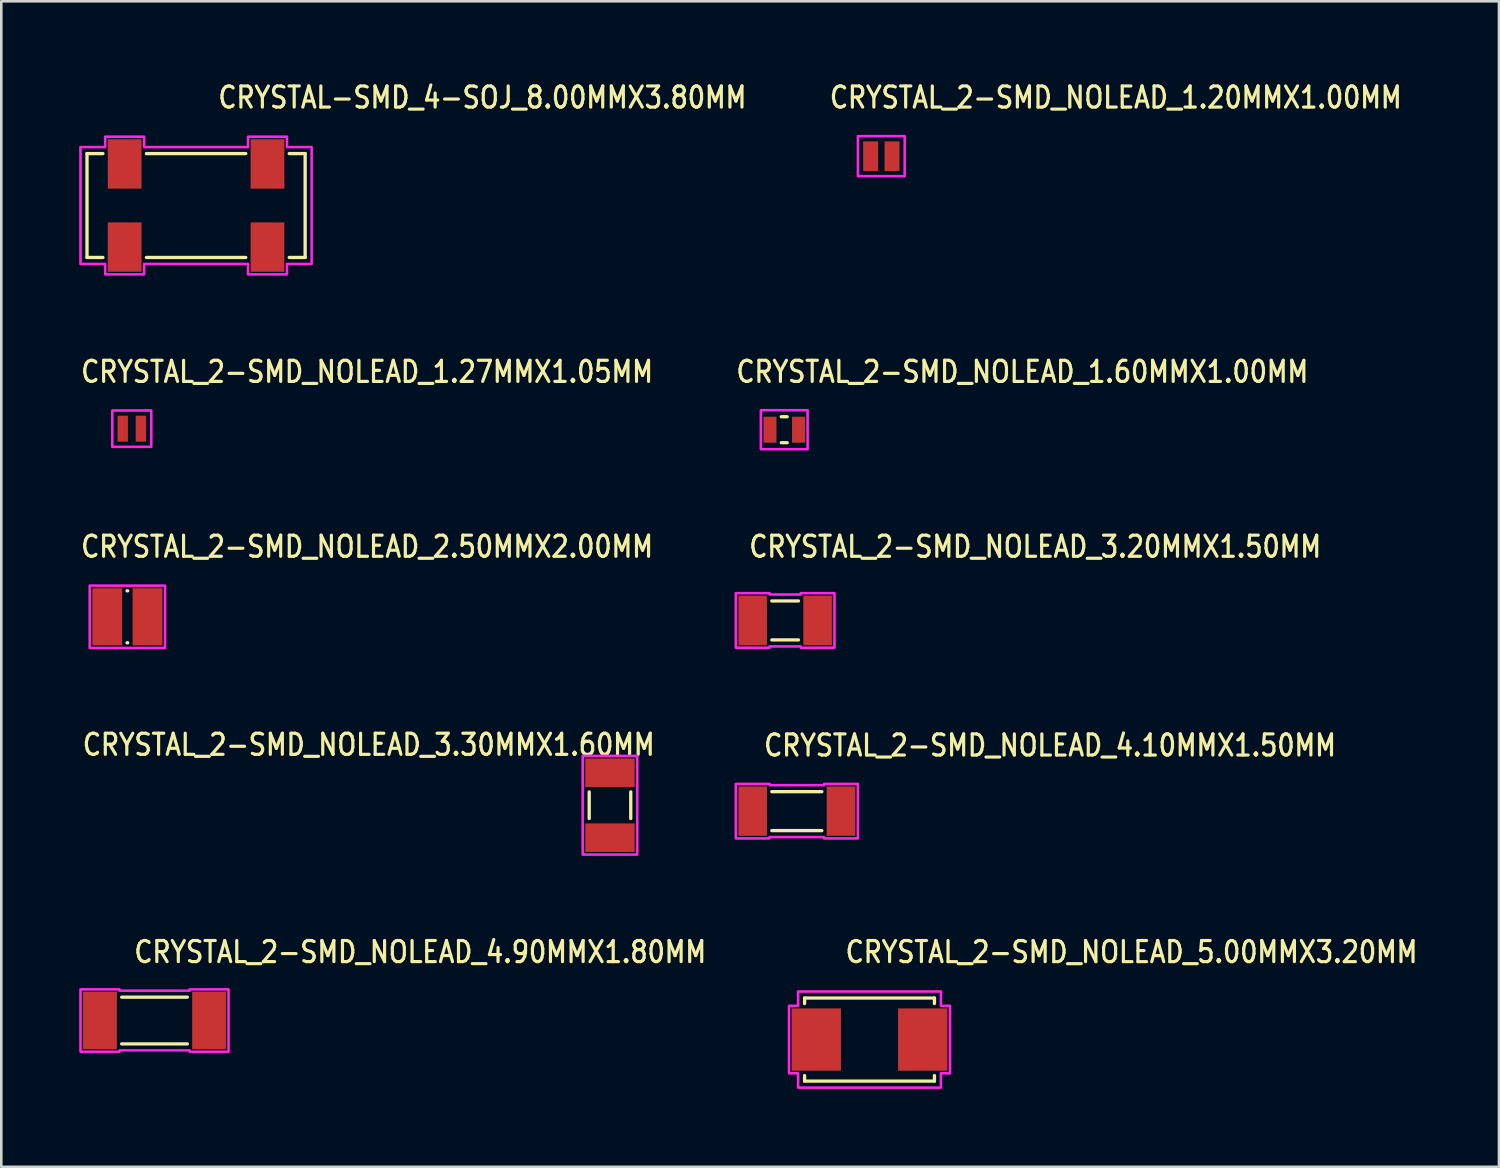
<source format=kicad_pcb>
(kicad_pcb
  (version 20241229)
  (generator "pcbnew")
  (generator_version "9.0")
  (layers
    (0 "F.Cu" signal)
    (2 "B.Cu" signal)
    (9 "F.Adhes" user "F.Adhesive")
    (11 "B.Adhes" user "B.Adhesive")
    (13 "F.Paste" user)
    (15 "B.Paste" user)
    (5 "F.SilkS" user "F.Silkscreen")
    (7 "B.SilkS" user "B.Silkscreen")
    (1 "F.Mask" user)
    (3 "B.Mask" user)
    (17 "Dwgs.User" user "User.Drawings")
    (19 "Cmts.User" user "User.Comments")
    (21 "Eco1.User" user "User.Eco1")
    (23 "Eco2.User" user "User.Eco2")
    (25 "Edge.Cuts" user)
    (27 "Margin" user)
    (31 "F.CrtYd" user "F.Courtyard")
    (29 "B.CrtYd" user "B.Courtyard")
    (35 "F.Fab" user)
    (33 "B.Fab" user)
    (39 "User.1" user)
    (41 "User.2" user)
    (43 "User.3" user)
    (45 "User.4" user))
  (footprint "CRYSTAL_2-SMD_NOLEAD_2.50MMX2.00MM"
    (layer "F.Cu")
    (at 1.855 20.701)
    (property "Reference" "CRYSTAL_2-SMD_NOLEAD_2.50MMX2.00MM" (at -1.855 -2.225 0) (unlocked yes) (layer "F.SilkS") (effects (font (size 0.813 0.695) (thickness 0.122)) (justify left bottom)))
    (fp_line (start -0.013 -1) (end 0.013 -1) (stroke (width 0.127) (type solid)) (layer "F.SilkS"))
    (fp_line (start 0.013 1) (end -0.013 1) (stroke (width 0.127) (type solid)) (layer "F.SilkS"))
    (fp_poly (pts (xy -1.45 1.2) (xy -1.45 -1.2) (xy 1.45 -1.2) (xy 1.45 1.2)) (stroke (width 0.1) (type solid)) (fill no) (layer "F.CrtYd"))
    (pad "P$1" smd rect (at -0.775 0) (size 1.15 2.2) (layers "F.Cu" "F.Mask" "F.Paste"))
    (pad "P$2" smd rect (at 0.775 0) (size 1.15 2.2) (layers "F.Cu" "F.Mask" "F.Paste")))
  (footprint "CRYSTAL_2-SMD_NOLEAD_4.90MMX1.80MM"
    (layer "F.Cu")
    (at 2.9 36.247)
    (property "Reference" "CRYSTAL_2-SMD_NOLEAD_4.90MMX1.80MM" (at -0.852 -2.163 0) (unlocked yes) (layer "F.SilkS") (effects (font (size 0.813 0.695) (thickness 0.122)) (justify left bottom)))
    (fp_line (start -1.264 -0.9) (end 1.264 -0.9) (stroke (width 0.127) (type solid)) (layer "F.SilkS"))
    (fp_line (start -1.264 0.9) (end 1.264 0.9) (stroke (width 0.127) (type solid)) (layer "F.SilkS"))
    (fp_poly (pts (xy -2.85 1.2) (xy -2.85 -1.2) (xy -1.35 -1.2) (xy -1.35 -1.15) (xy 1.35 -1.15) (xy 1.35 -1.2) (xy 2.85 -1.2) (xy 2.85 1.2) (xy 1.35 1.2) (xy 1.35 1.15) (xy -1.35 1.15) (xy -1.35 1.2)) (stroke (width 0.1) (type solid)) (fill no) (layer "F.CrtYd"))
    (pad "P$1" smd rect (at -2.1 0) (size 1.3 2.2) (layers "F.Cu" "F.Mask" "F.Paste"))
    (pad "P$2" smd rect (at 2.1 0) (size 1.3 2.2) (layers "F.Cu" "F.Mask" "F.Paste")))
  (footprint "CRYSTAL_2-SMD_NOLEAD_1.60MMX1.00MM"
    (layer "F.Cu")
    (at 27.148 13.497)
    (property "Reference" "CRYSTAL_2-SMD_NOLEAD_1.60MMX1.00MM" (at -1.915 -1.755 0) (unlocked yes) (layer "F.SilkS") (effects (font (size 0.813 0.695) (thickness 0.122)) (justify left bottom)))
    (fp_line (start -0.114 -0.5) (end 0.114 -0.5) (stroke (width 0.127) (type solid)) (layer "F.SilkS"))
    (fp_line (start 0.114 0.5) (end -0.114 0.5) (stroke (width 0.127) (type solid)) (layer "F.SilkS"))
    (fp_poly (pts (xy -0.9 0.75) (xy -0.9 -0.75) (xy 0.9 -0.75) (xy 0.9 0.75)) (stroke (width 0.1) (type solid)) (fill no) (layer "F.CrtYd"))
    (pad "P$1" smd rect (at -0.55 0) (size 0.5 1) (layers "F.Cu" "F.Mask" "F.Paste"))
    (pad "P$2" smd rect (at 0.55 0) (size 0.5 1) (layers "F.Cu" "F.Mask" "F.Paste")))
  (footprint "CRYSTAL_2-SMD_NOLEAD_3.30MMX1.60MM"
    (layer "F.Cu")
    (at 20.438 27.956)
    (property "Reference" "CRYSTAL_2-SMD_NOLEAD_3.30MMX1.60MM" (at 1.795 -2.805 0) (unlocked yes) (layer "F.SilkS") (effects (font (size 0.813 0.695) (thickness 0.122)) (justify right top)))
    (fp_line (start -0.8 -0.513) (end -0.8 0.513) (stroke (width 0.127) (type solid)) (layer "F.SilkS"))
    (fp_line (start 0.8 0.513) (end 0.8 -0.513) (stroke (width 0.127) (type solid)) (layer "F.SilkS"))
    (fp_poly (pts (xy -1.05 1.9) (xy -1.05 -1.9) (xy 1.05 -1.9) (xy 1.05 1.9)) (stroke (width 0.1) (type solid)) (fill no) (layer "F.CrtYd"))
    (pad "P$1" smd rect (at 0 -1.25) (size 1.9 1.1) (layers "F.Cu" "F.Mask" "F.Paste"))
    (pad "P$2" smd rect (at 0 1.25) (size 1.9 1.1) (layers "F.Cu" "F.Mask" "F.Paste")))
  (footprint "CRYSTAL-SMD_4-SOJ_8.00MMX3.80MM"
    (layer "F.Cu")
    (at 4.5 4.864)
    (property "Reference" "CRYSTAL-SMD_4-SOJ_8.00MMX3.80MM" (at 0.785 -3.685 0) (unlocked yes) (layer "F.SilkS") (effects (font (size 0.813 0.695) (thickness 0.122)) (justify left bottom)))
    (fp_line (start -4.2 -2) (end -3.587 -2) (stroke (width 0.127) (type solid)) (layer "F.SilkS"))
    (fp_line (start -4.2 2) (end -4.2 -2) (stroke (width 0.127) (type solid)) (layer "F.SilkS"))
    (fp_line (start -3.587 2) (end -4.2 2) (stroke (width 0.127) (type solid)) (layer "F.SilkS"))
    (fp_line (start -1.913 -2) (end 1.913 -2) (stroke (width 0.127) (type solid)) (layer "F.SilkS"))
    (fp_line (start 1.913 2) (end -1.913 2) (stroke (width 0.127) (type solid)) (layer "F.SilkS"))
    (fp_line (start 3.587 -2) (end 4.2 -2) (stroke (width 0.127) (type solid)) (layer "F.SilkS"))
    (fp_line (start 4.2 -2) (end 4.2 2) (stroke (width 0.127) (type solid)) (layer "F.SilkS"))
    (fp_line (start 4.2 2) (end 3.587 2) (stroke (width 0.127) (type solid)) (layer "F.SilkS"))
    (fp_poly (pts (xy -4.45 2.25) (xy -4.45 -2.25) (xy -3.5 -2.25) (xy -3.5 -2.65) (xy -2 -2.65) (xy -2 -2.25) (xy 2 -2.25) (xy 2 -2.65) (xy 3.5 -2.65) (xy 3.5 -2.25) (xy 4.45 -2.25) (xy 4.45 2.25) (xy 3.5 2.25) (xy 3.5 2.65) (xy 2 2.65) (xy 2 2.25) (xy -2 2.25) (xy -2 2.65) (xy -3.5 2.65) (xy -3.5 2.25)) (stroke (width 0.1) (type solid)) (fill no) (layer "F.CrtYd"))
    (pad "S$1" smd rect (at -2.75 1.6) (size 1.3 1.9) (layers "F.Cu" "F.Mask" "F.Paste"))
    (pad "S$2" smd rect (at 2.75 1.6) (size 1.3 1.9) (layers "F.Cu" "F.Mask" "F.Paste"))
    (pad "S$3" smd rect (at 2.75 -1.6) (size 1.3 1.9) (layers "F.Cu" "F.Mask" "F.Paste"))
    (pad "S$4" smd rect (at -2.75 -1.6) (size 1.3 1.9) (layers "F.Cu" "F.Mask" "F.Paste")))
  (footprint "CRYSTAL_2-SMD_NOLEAD_4.10MMX1.50MM"
    (layer "F.Cu")
    (at 27.633 28.184)
    (property "Reference" "CRYSTAL_2-SMD_NOLEAD_4.10MMX1.50MM" (at -1.335 -2.055 0) (unlocked yes) (layer "F.SilkS") (effects (font (size 0.813 0.695) (thickness 0.122)) (justify left bottom)))
    (fp_line (start -0.964 -0.75) (end 0.964 -0.75) (stroke (width 0.127) (type solid)) (layer "F.SilkS"))
    (fp_line (start -0.964 0.75) (end 0.964 0.75) (stroke (width 0.127) (type solid)) (layer "F.SilkS"))
    (fp_poly (pts (xy -2.35 1.05) (xy -2.35 -1.05) (xy -1.05 -1.05) (xy -1.05 -1) (xy 1.05 -1) (xy 1.05 -1.05) (xy 2.35 -1.05) (xy 2.35 1.05) (xy 1.05 1.05) (xy 1.05 1) (xy -1.05 1) (xy -1.05 1.05)) (stroke (width 0.1) (type solid)) (fill no) (layer "F.CrtYd"))
    (pad "P$1" smd rect (at -1.7 0) (size 1.1 1.9) (layers "F.Cu" "F.Mask" "F.Paste"))
    (pad "P$2" smd rect (at 1.7 0) (size 1.1 1.9) (layers "F.Cu" "F.Mask" "F.Paste")))
  (footprint "CRYSTAL_2-SMD_NOLEAD_1.27MMX1.05MM"
    (layer "F.Cu")
    (at 2.025 13.457)
    (property "Reference" "CRYSTAL_2-SMD_NOLEAD_1.27MMX1.05MM" (at -2.025 -1.715 0) (unlocked yes) (layer "F.SilkS") (effects (font (size 0.813 0.695) (thickness 0.122)) (justify left bottom)))
    (fp_poly (pts (xy -0.75 -0.7) (xy 0.75 -0.7) (xy 0.75 0.7) (xy -0.75 0.7)) (stroke (width 0.1) (type solid)) (fill no) (layer "F.CrtYd"))
    (pad "P$1" smd rect (at -0.35 0) (size 0.4 1) (layers "F.Cu" "F.Mask" "F.Paste"))
    (pad "P$2" smd rect (at 0.35 0) (size 0.4 1) (layers "F.Cu" "F.Mask" "F.Paste")))
  (footprint "CRYSTAL_2-SMD_NOLEAD_3.20MMX1.50MM"
    (layer "F.Cu")
    (at 27.183 20.841)
    (property "Reference" "CRYSTAL_2-SMD_NOLEAD_3.20MMX1.50MM" (at -1.455 -2.365 0) (unlocked yes) (layer "F.SilkS") (effects (font (size 0.813 0.695) (thickness 0.122)) (justify left bottom)))
    (fp_line (start -0.513 -0.75) (end 0.513 -0.75) (stroke (width 0.127) (type solid)) (layer "F.SilkS"))
    (fp_line (start 0.513 0.75) (end -0.513 0.75) (stroke (width 0.127) (type solid)) (layer "F.SilkS"))
    (fp_poly (pts (xy -1.9 -1.05) (xy -0.6 -1.05) (xy -0.6 -1) (xy 0.6 -1) (xy 0.6 -1.05) (xy 1.9 -1.05) (xy 1.9 1.05) (xy 0.6 1.05) (xy 0.6 1) (xy -0.6 1) (xy -0.6 1.05) (xy -1.9 1.05)) (stroke (width 0.1) (type solid)) (fill no) (layer "F.CrtYd"))
    (pad "P$1" smd rect (at -1.25 0) (size 1.1 1.9) (layers "F.Cu" "F.Mask" "F.Paste"))
    (pad "P$2" smd rect (at 1.25 0) (size 1.1 1.9) (layers "F.Cu" "F.Mask" "F.Paste")))
  (footprint "CRYSTAL_2-SMD_NOLEAD_5.00MMX3.20MM"
    (layer "F.Cu")
    (at 30.432 36.98)
    (property "Reference" "CRYSTAL_2-SMD_NOLEAD_5.00MMX3.20MM" (at -0.995 -2.895 0) (unlocked yes) (layer "F.SilkS") (effects (font (size 0.813 0.695) (thickness 0.122)) (justify left bottom)))
    (fp_line (start -2.5 -1.6) (end -2.5 -1.387) (stroke (width 0.127) (type solid)) (layer "F.SilkS"))
    (fp_line (start -2.5 -1.6) (end 2.5 -1.6) (stroke (width 0.127) (type solid)) (layer "F.SilkS"))
    (fp_line (start -2.5 1.6) (end -2.5 1.387) (stroke (width 0.127) (type solid)) (layer "F.SilkS"))
    (fp_line (start 2.5 -1.6) (end 2.5 -1.387) (stroke (width 0.127) (type solid)) (layer "F.SilkS"))
    (fp_line (start 2.5 1.6) (end -2.5 1.6) (stroke (width 0.127) (type solid)) (layer "F.SilkS"))
    (fp_line (start 2.5 1.6) (end 2.5 1.387) (stroke (width 0.127) (type solid)) (layer "F.SilkS"))
    (fp_poly (pts (xy -3.1 -1.3) (xy -2.75 -1.3) (xy -2.75 -1.85) (xy 2.75 -1.85) (xy 2.75 -1.3) (xy 3.1 -1.3) (xy 3.1 1.3) (xy 2.75 1.3) (xy 2.75 1.85) (xy -2.75 1.85) (xy -2.75 1.3) (xy -3.1 1.3)) (stroke (width 0.1) (type solid)) (fill no) (layer "F.CrtYd"))
    (pad "P$1" smd rect (at -2.05 0) (size 1.9 2.4) (layers "F.Cu" "F.Mask" "F.Paste"))
    (pad "P$2" smd rect (at 2.05 0) (size 1.9 2.4) (layers "F.Cu" "F.Mask" "F.Paste")))
  (footprint "CRYSTAL_2-SMD_NOLEAD_1.20MMX1.00MM"
    (layer "F.Cu")
    (at 30.886 2.964)
    (property "Reference" "CRYSTAL_2-SMD_NOLEAD_1.20MMX1.00MM" (at -2.055 -1.785 0) (unlocked yes) (layer "F.SilkS") (effects (font (size 0.813 0.695) (thickness 0.122)) (justify left bottom)))
    (fp_poly (pts (xy -0.9 0.77) (xy -0.9 -0.77) (xy 0.9 -0.77) (xy 0.9 0.77)) (stroke (width 0.1) (type solid)) (fill no) (layer "F.CrtYd"))
    (pad "P$1" smd rect (at -0.412 0) (size 0.575 1.14) (layers "F.Cu" "F.Mask" "F.Paste"))
    (pad "P$2" smd rect (at 0.412 0) (size 0.575 1.14) (layers "F.Cu" "F.Mask" "F.Paste")))
  (gr_rect
    (start -3 -3)
    (end 54.67 41.88)
    (stroke (width 0.1) (type default))
    (fill no)
    (layer "Edge.Cuts")))
</source>
